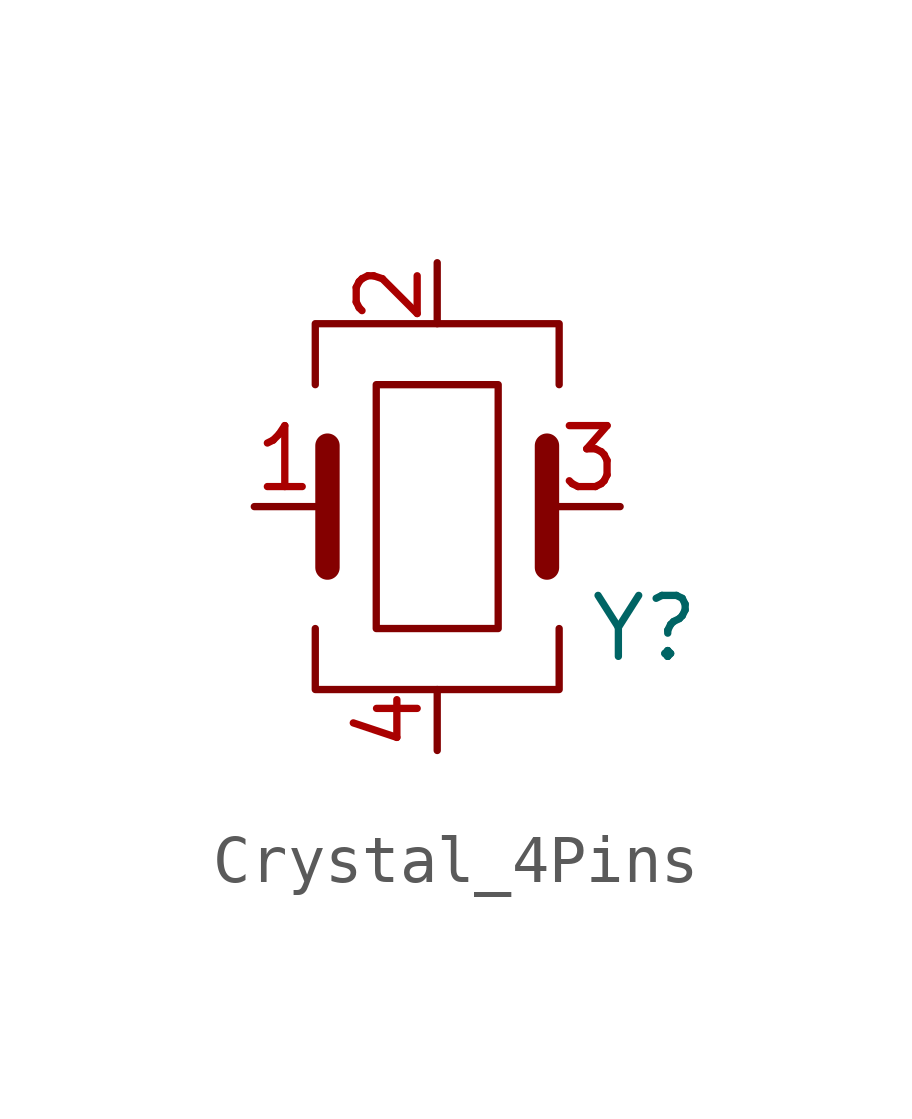
<source format=kicad_sym>
(kicad_symbol_lib
  (version 20241209)
  (generator "kicad_symbol_editor")
  (generator_version "9.0")
  (symbol "Crystal_4Pins"
    (pin_names
      (offset 0)
      (hide yes))
    (property "Reference" "Y"
      (at 4.318 -2.54 0)
      (effects (font (size 1.27 1.27))))
    (property "Value" ""
      (at 0 0 0)
      (effects (font (size 1.27 1.27))))
    (symbol "Crystal_4Pins_0_1"
      (polyline (pts (xy -2.54 2.54) (xy -2.54 3.81) (xy 2.54 3.81) (xy 2.54 2.54)) (stroke (width 0) (type default)) (fill (type none)))
      (polyline (pts (xy -2.54 -2.54) (xy -2.54 -3.81) (xy 2.54 -3.81) (xy 2.54 -2.54)) (stroke (width 0) (type default)) (fill (type none)))
      (polyline (pts (xy -2.286 1.27) (xy -2.286 -1.27)) (stroke (width 0.508) (type default)) (fill (type none)))
      (rectangle (start -1.27 2.54) (end 1.27 -2.54) (stroke (width 0) (type default)) (fill (type none)))
      (polyline (pts (xy 2.286 1.27) (xy 2.286 -1.27)) (stroke (width 0.508) (type default)) (fill (type none))))
    (symbol "Crystal_4Pins_1_1"
      (pin passive line (at -3.81 0 0) (length 1.27) (name "" (effects (font (size 1.27 1.27)))) (number "1" (effects (font (size 1.27 1.27)))))
      (pin passive line (at 0 5.08 270) (length 1.27) (name "" (effects (font (size 1.27 1.27)))) (number "2" (effects (font (size 1.27 1.27)))))
      (pin passive line (at 0 -5.08 90) (length 1.27) (name "" (effects (font (size 1.27 1.27)))) (number "4" (effects (font (size 1.27 1.27)))))
      (pin passive line (at 3.81 0 180) (length 1.27) (name "" (effects (font (size 1.27 1.27)))) (number "3" (effects (font (size 1.27 1.27))))))))
</source>
